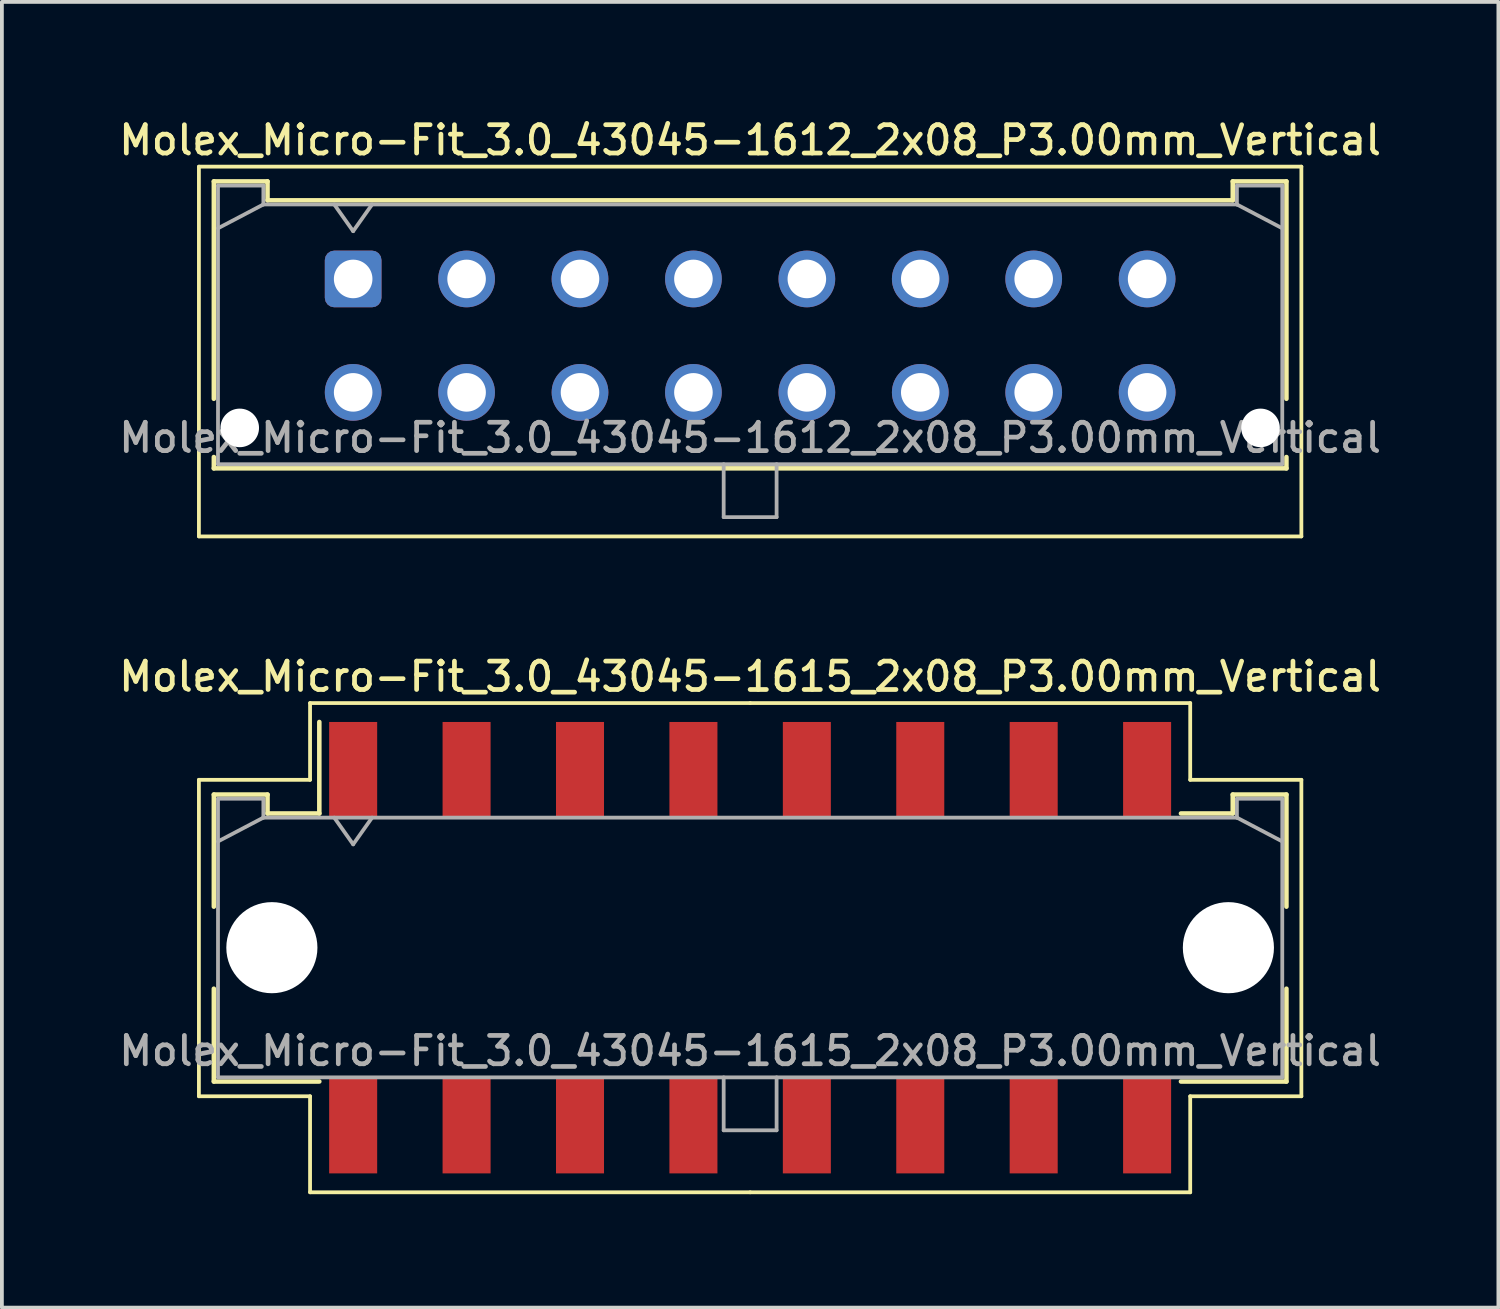
<source format=kicad_pcb>
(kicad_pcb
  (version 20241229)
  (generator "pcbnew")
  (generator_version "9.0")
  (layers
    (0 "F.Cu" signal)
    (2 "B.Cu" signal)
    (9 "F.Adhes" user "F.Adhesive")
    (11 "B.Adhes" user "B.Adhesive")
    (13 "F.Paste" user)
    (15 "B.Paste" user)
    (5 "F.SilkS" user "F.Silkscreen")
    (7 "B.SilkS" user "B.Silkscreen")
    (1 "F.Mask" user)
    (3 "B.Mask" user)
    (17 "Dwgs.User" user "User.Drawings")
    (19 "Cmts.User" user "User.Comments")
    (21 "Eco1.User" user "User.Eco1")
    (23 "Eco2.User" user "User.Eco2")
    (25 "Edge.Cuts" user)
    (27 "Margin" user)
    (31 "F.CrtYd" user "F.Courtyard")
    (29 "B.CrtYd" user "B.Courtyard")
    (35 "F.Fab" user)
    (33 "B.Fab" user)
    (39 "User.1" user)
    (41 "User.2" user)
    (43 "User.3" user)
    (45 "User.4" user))
  (footprint "Molex_Micro-Fit_3.0_43045-1615_2x08_P3.00mm_Vertical"
    (layer "F.Cu")
    (at 16.791 22.016)
    (property "Reference" "Molex_Micro-Fit_3.0_43045-1615_2x08_P3.00mm_Vertical" (at 0 -7.17 0) (layer "F.SilkS") (effects (font (size 0.75 0.75) (thickness 0.125))))
    (attr smd)
    (fp_line (start -14.58 -4.44) (end -14.58 3.93) (stroke (width 0.1) (type solid)) (layer "F.SilkS"))
    (fp_line (start -14.58 3.93) (end -11.64 3.93) (stroke (width 0.1) (type solid)) (layer "F.SilkS"))
    (fp_line (start -14.185 -4.05) (end -12.765 -4.05) (stroke (width 0.12) (type solid)) (layer "F.SilkS"))
    (fp_line (start -14.185 -1.085) (end -14.185 -4.05) (stroke (width 0.12) (type solid)) (layer "F.SilkS"))
    (fp_line (start -14.185 1.085) (end -14.185 3.54) (stroke (width 0.12) (type solid)) (layer "F.SilkS"))
    (fp_line (start -14.185 3.54) (end -11.395 3.54) (stroke (width 0.12) (type solid)) (layer "F.SilkS"))
    (fp_line (start -12.765 -4.05) (end -12.765 -3.55) (stroke (width 0.12) (type solid)) (layer "F.SilkS"))
    (fp_line (start -12.765 -3.55) (end -11.395 -3.55) (stroke (width 0.12) (type solid)) (layer "F.SilkS"))
    (fp_line (start -11.64 -6.47) (end -11.64 -4.44) (stroke (width 0.1) (type solid)) (layer "F.SilkS"))
    (fp_line (start -11.64 -4.44) (end -14.58 -4.44) (stroke (width 0.1) (type solid)) (layer "F.SilkS"))
    (fp_line (start -11.64 3.93) (end -11.64 6.47) (stroke (width 0.1) (type solid)) (layer "F.SilkS"))
    (fp_line (start -11.64 6.47) (end 0 6.47) (stroke (width 0.1) (type solid)) (layer "F.SilkS"))
    (fp_line (start -11.395 -3.55) (end -11.395 -5.97) (stroke (width 0.12) (type solid)) (layer "F.SilkS"))
    (fp_line (start 0 -6.47) (end -11.64 -6.47) (stroke (width 0.1) (type solid)) (layer "F.SilkS"))
    (fp_line (start 0 -6.47) (end 11.64 -6.47) (stroke (width 0.1) (type solid)) (layer "F.SilkS"))
    (fp_line (start 11.64 -6.47) (end 11.64 -4.44) (stroke (width 0.1) (type solid)) (layer "F.SilkS"))
    (fp_line (start 11.64 -4.44) (end 14.58 -4.44) (stroke (width 0.1) (type solid)) (layer "F.SilkS"))
    (fp_line (start 11.64 3.93) (end 11.64 6.47) (stroke (width 0.1) (type solid)) (layer "F.SilkS"))
    (fp_line (start 11.64 6.47) (end 0 6.47) (stroke (width 0.1) (type solid)) (layer "F.SilkS"))
    (fp_line (start 12.765 -4.05) (end 12.765 -3.55) (stroke (width 0.12) (type solid)) (layer "F.SilkS"))
    (fp_line (start 12.765 -3.55) (end 11.395 -3.55) (stroke (width 0.12) (type solid)) (layer "F.SilkS"))
    (fp_line (start 14.185 -4.05) (end 12.765 -4.05) (stroke (width 0.12) (type solid)) (layer "F.SilkS"))
    (fp_line (start 14.185 -1.085) (end 14.185 -4.05) (stroke (width 0.12) (type solid)) (layer "F.SilkS"))
    (fp_line (start 14.185 1.085) (end 14.185 3.54) (stroke (width 0.12) (type solid)) (layer "F.SilkS"))
    (fp_line (start 14.185 3.54) (end 11.395 3.54) (stroke (width 0.12) (type solid)) (layer "F.SilkS"))
    (fp_line (start 14.58 -4.44) (end 14.58 3.93) (stroke (width 0.1) (type solid)) (layer "F.SilkS"))
    (fp_line (start 14.58 3.93) (end 11.64 3.93) (stroke (width 0.1) (type solid)) (layer "F.SilkS"))
    (fp_line (start -14.075 -3.94) (end -14.075 3.43) (stroke (width 0.1) (type solid)) (layer "F.Fab"))
    (fp_line (start -14.075 -2.81) (end -12.875 -3.44) (stroke (width 0.1) (type solid)) (layer "F.Fab"))
    (fp_line (start -14.075 3.43) (end 14.075 3.43) (stroke (width 0.1) (type solid)) (layer "F.Fab"))
    (fp_line (start -12.875 -3.94) (end -14.075 -3.94) (stroke (width 0.1) (type solid)) (layer "F.Fab"))
    (fp_line (start -12.875 -3.44) (end -12.875 -3.94) (stroke (width 0.1) (type solid)) (layer "F.Fab"))
    (fp_line (start -11 -3.44) (end -10.5 -2.733) (stroke (width 0.1) (type solid)) (layer "F.Fab"))
    (fp_line (start -10.5 -2.733) (end -10 -3.44) (stroke (width 0.1) (type solid)) (layer "F.Fab"))
    (fp_line (start -0.7 3.43) (end -0.7 4.83) (stroke (width 0.1) (type solid)) (layer "F.Fab"))
    (fp_line (start -0.7 4.83) (end 0.7 4.83) (stroke (width 0.1) (type solid)) (layer "F.Fab"))
    (fp_line (start 0.7 4.83) (end 0.7 3.43) (stroke (width 0.1) (type solid)) (layer "F.Fab"))
    (fp_line (start 12.875 -3.94) (end 12.875 -3.44) (stroke (width 0.1) (type solid)) (layer "F.Fab"))
    (fp_line (start 12.875 -3.44) (end -12.875 -3.44) (stroke (width 0.1) (type solid)) (layer "F.Fab"))
    (fp_line (start 14.075 -3.94) (end 12.875 -3.94) (stroke (width 0.1) (type solid)) (layer "F.Fab"))
    (fp_line (start 14.075 -2.81) (end 12.875 -3.44) (stroke (width 0.1) (type solid)) (layer "F.Fab"))
    (fp_line (start 14.075 3.43) (end 14.075 -3.94) (stroke (width 0.1) (type solid)) (layer "F.Fab"))
    (fp_text user "${REFERENCE}" (at 0 2.73 0) (layer "F.Fab") (effects (font (size 0.75 0.75) (thickness 0.125))))
    (pad "" np_thru_hole circle (at -12.65 0) (size 2.41 2.41) (drill 2.41) (layers "*.Cu" "*.Mask"))
    (pad "" np_thru_hole circle (at 12.65 0) (size 2.41 2.41) (drill 2.41) (layers "*.Cu" "*.Mask"))
    (pad "1" smd rect (at -10.5 -4.7) (size 1.27 2.54) (layers "F.Cu" "F.Mask" "F.Paste"))
    (pad "2" smd rect (at -7.5 -4.7) (size 1.27 2.54) (layers "F.Cu" "F.Mask" "F.Paste"))
    (pad "3" smd rect (at -4.5 -4.7) (size 1.27 2.54) (layers "F.Cu" "F.Mask" "F.Paste"))
    (pad "4" smd rect (at -1.5 -4.7) (size 1.27 2.54) (layers "F.Cu" "F.Mask" "F.Paste"))
    (pad "5" smd rect (at 1.5 -4.7) (size 1.27 2.54) (layers "F.Cu" "F.Mask" "F.Paste"))
    (pad "6" smd rect (at 4.5 -4.7) (size 1.27 2.54) (layers "F.Cu" "F.Mask" "F.Paste"))
    (pad "7" smd rect (at 7.5 -4.7) (size 1.27 2.54) (layers "F.Cu" "F.Mask" "F.Paste"))
    (pad "8" smd rect (at 10.5 -4.7) (size 1.27 2.54) (layers "F.Cu" "F.Mask" "F.Paste"))
    (pad "9" smd rect (at -10.5 4.7) (size 1.27 2.54) (layers "F.Cu" "F.Mask" "F.Paste"))
    (pad "10" smd rect (at -7.5 4.7) (size 1.27 2.54) (layers "F.Cu" "F.Mask" "F.Paste"))
    (pad "11" smd rect (at -4.5 4.7) (size 1.27 2.54) (layers "F.Cu" "F.Mask" "F.Paste"))
    (pad "12" smd rect (at -1.5 4.7) (size 1.27 2.54) (layers "F.Cu" "F.Mask" "F.Paste"))
    (pad "13" smd rect (at 1.5 4.7) (size 1.27 2.54) (layers "F.Cu" "F.Mask" "F.Paste"))
    (pad "14" smd rect (at 4.5 4.7) (size 1.27 2.54) (layers "F.Cu" "F.Mask" "F.Paste"))
    (pad "15" smd rect (at 7.5 4.7) (size 1.27 2.54) (layers "F.Cu" "F.Mask" "F.Paste"))
    (pad "16" smd rect (at 10.5 4.7) (size 1.27 2.54) (layers "F.Cu" "F.Mask" "F.Paste")))
  (footprint "Molex_Micro-Fit_3.0_43045-1612_2x08_P3.00mm_Vertical"
    (layer "F.Cu")
    (at 6.291 4.328)
    (property "Reference" "Molex_Micro-Fit_3.0_43045-1612_2x08_P3.00mm_Vertical" (at 10.5 -3.67 0) (layer "F.SilkS") (effects (font (size 0.75 0.75) (thickness 0.125))))
    (attr through_hole)
    (fp_line (start -4.08 -2.97) (end 25.08 -2.97) (stroke (width 0.1) (type solid)) (layer "F.SilkS"))
    (fp_line (start -4.08 6.81) (end -4.08 -2.97) (stroke (width 0.1) (type solid)) (layer "F.SilkS"))
    (fp_line (start -3.685 -2.58) (end -2.265 -2.58) (stroke (width 0.12) (type solid)) (layer "F.SilkS"))
    (fp_line (start -3.685 3.17) (end -3.685 -2.58) (stroke (width 0.12) (type solid)) (layer "F.SilkS"))
    (fp_line (start -3.685 4.71) (end -3.685 5.01) (stroke (width 0.12) (type solid)) (layer "F.SilkS"))
    (fp_line (start -3.685 5.01) (end 24.685 5.01) (stroke (width 0.12) (type solid)) (layer "F.SilkS"))
    (fp_line (start -2.265 -2.58) (end -2.265 -2.08) (stroke (width 0.12) (type solid)) (layer "F.SilkS"))
    (fp_line (start -2.265 -2.08) (end 23.265 -2.08) (stroke (width 0.12) (type solid)) (layer "F.SilkS"))
    (fp_line (start 23.265 -2.58) (end 24.685 -2.58) (stroke (width 0.12) (type solid)) (layer "F.SilkS"))
    (fp_line (start 23.265 -2.08) (end 23.265 -2.58) (stroke (width 0.12) (type solid)) (layer "F.SilkS"))
    (fp_line (start 24.685 -2.58) (end 24.685 3.17) (stroke (width 0.12) (type solid)) (layer "F.SilkS"))
    (fp_line (start 24.685 5.01) (end 24.685 4.71) (stroke (width 0.12) (type solid)) (layer "F.SilkS"))
    (fp_line (start 25.08 -2.97) (end 25.08 6.81) (stroke (width 0.1) (type solid)) (layer "F.SilkS"))
    (fp_line (start 25.08 6.81) (end -4.08 6.81) (stroke (width 0.1) (type solid)) (layer "F.SilkS"))
    (fp_line (start -3.575 -2.47) (end -3.575 4.9) (stroke (width 0.1) (type solid)) (layer "F.Fab"))
    (fp_line (start -3.575 -1.34) (end -2.375 -1.97) (stroke (width 0.1) (type solid)) (layer "F.Fab"))
    (fp_line (start -3.575 4.9) (end 24.575 4.9) (stroke (width 0.1) (type solid)) (layer "F.Fab"))
    (fp_line (start -2.375 -2.47) (end -3.575 -2.47) (stroke (width 0.1) (type solid)) (layer "F.Fab"))
    (fp_line (start -2.375 -1.97) (end -2.375 -2.47) (stroke (width 0.1) (type solid)) (layer "F.Fab"))
    (fp_line (start -0.5 -1.97) (end 0 -1.263) (stroke (width 0.1) (type solid)) (layer "F.Fab"))
    (fp_line (start 0 -1.263) (end 0.5 -1.97) (stroke (width 0.1) (type solid)) (layer "F.Fab"))
    (fp_line (start 9.8 4.9) (end 9.8 6.3) (stroke (width 0.1) (type solid)) (layer "F.Fab"))
    (fp_line (start 9.8 6.3) (end 11.2 6.3) (stroke (width 0.1) (type solid)) (layer "F.Fab"))
    (fp_line (start 11.2 6.3) (end 11.2 4.9) (stroke (width 0.1) (type solid)) (layer "F.Fab"))
    (fp_line (start 23.375 -2.47) (end 23.375 -1.97) (stroke (width 0.1) (type solid)) (layer "F.Fab"))
    (fp_line (start 23.375 -1.97) (end -2.375 -1.97) (stroke (width 0.1) (type solid)) (layer "F.Fab"))
    (fp_line (start 24.575 -2.47) (end 23.375 -2.47) (stroke (width 0.1) (type solid)) (layer "F.Fab"))
    (fp_line (start 24.575 -1.34) (end 23.375 -1.97) (stroke (width 0.1) (type solid)) (layer "F.Fab"))
    (fp_line (start 24.575 4.9) (end 24.575 -2.47) (stroke (width 0.1) (type solid)) (layer "F.Fab"))
    (fp_text user "${REFERENCE}" (at 10.5 4.2 0) (layer "F.Fab") (effects (font (size 0.75 0.75) (thickness 0.125))))
    (pad "" np_thru_hole circle (at -3 3.94) (size 1.02 1.02) (drill 1.02) (layers "*.Cu" "*.Mask"))
    (pad "" np_thru_hole circle (at 24 3.94) (size 1.02 1.02) (drill 1.02) (layers "*.Cu" "*.Mask"))
    (pad "1" thru_hole roundrect (at 0 0) (size 1.5 1.5) (drill 1.02) (layers "*.Cu" "*.Mask") (roundrect_rratio 0.167))
    (pad "2" thru_hole circle (at 3 0) (size 1.5 1.5) (drill 1.02) (layers "*.Cu" "*.Mask"))
    (pad "3" thru_hole circle (at 6 0) (size 1.5 1.5) (drill 1.02) (layers "*.Cu" "*.Mask"))
    (pad "4" thru_hole circle (at 9 0) (size 1.5 1.5) (drill 1.02) (layers "*.Cu" "*.Mask"))
    (pad "5" thru_hole circle (at 12 0) (size 1.5 1.5) (drill 1.02) (layers "*.Cu" "*.Mask"))
    (pad "6" thru_hole circle (at 15 0) (size 1.5 1.5) (drill 1.02) (layers "*.Cu" "*.Mask"))
    (pad "7" thru_hole circle (at 18 0) (size 1.5 1.5) (drill 1.02) (layers "*.Cu" "*.Mask"))
    (pad "8" thru_hole circle (at 21 0) (size 1.5 1.5) (drill 1.02) (layers "*.Cu" "*.Mask"))
    (pad "9" thru_hole circle (at 0 3) (size 1.5 1.5) (drill 1.02) (layers "*.Cu" "*.Mask"))
    (pad "10" thru_hole circle (at 3 3) (size 1.5 1.5) (drill 1.02) (layers "*.Cu" "*.Mask"))
    (pad "11" thru_hole circle (at 6 3) (size 1.5 1.5) (drill 1.02) (layers "*.Cu" "*.Mask"))
    (pad "12" thru_hole circle (at 9 3) (size 1.5 1.5) (drill 1.02) (layers "*.Cu" "*.Mask"))
    (pad "13" thru_hole circle (at 12 3) (size 1.5 1.5) (drill 1.02) (layers "*.Cu" "*.Mask"))
    (pad "14" thru_hole circle (at 15 3) (size 1.5 1.5) (drill 1.02) (layers "*.Cu" "*.Mask"))
    (pad "15" thru_hole circle (at 18 3) (size 1.5 1.5) (drill 1.02) (layers "*.Cu" "*.Mask"))
    (pad "16" thru_hole circle (at 21 3) (size 1.5 1.5) (drill 1.02) (layers "*.Cu" "*.Mask")))
  (gr_rect
    (start -3 -3)
    (end 36.582 31.536)
    (stroke (width 0.1) (type default))
    (fill no)
    (layer "Edge.Cuts")))
</source>
